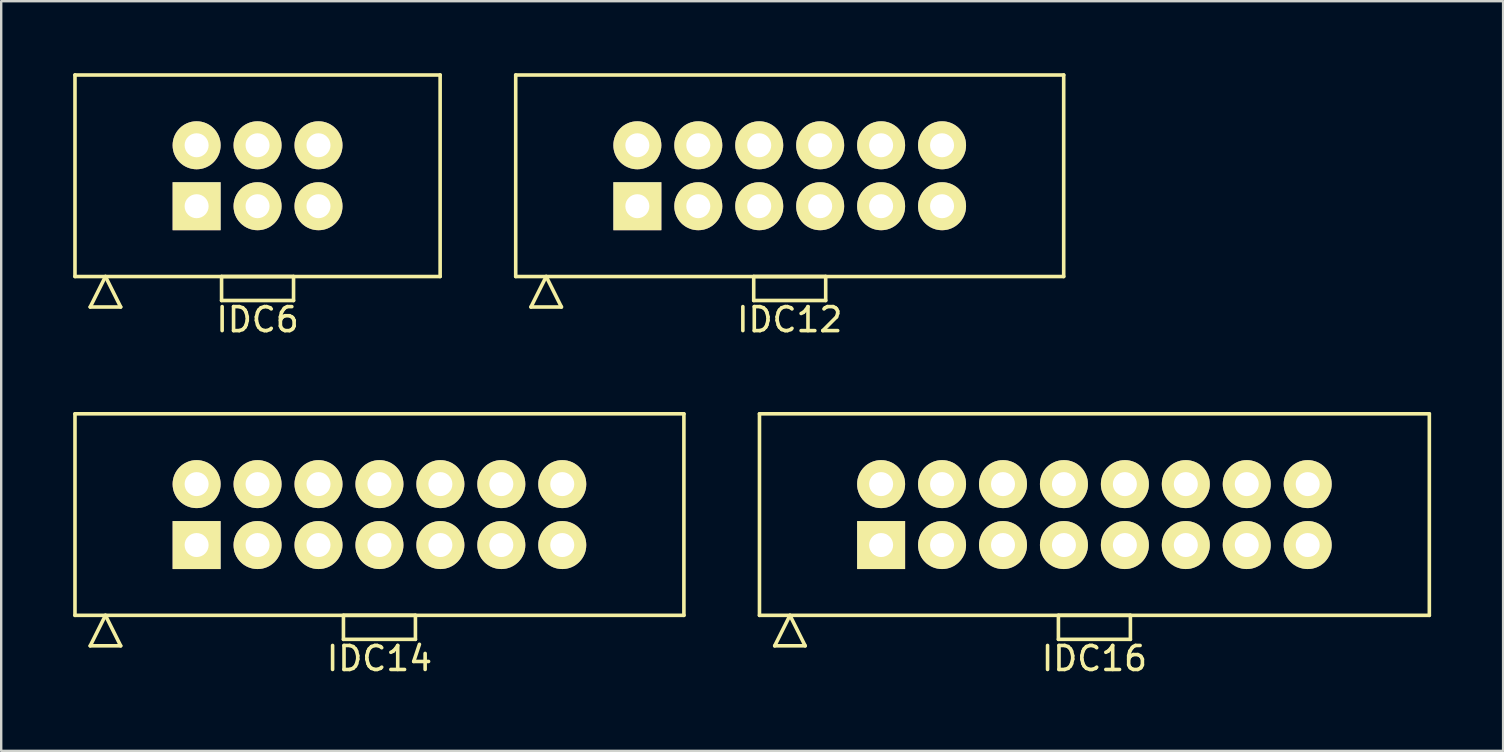
<source format=kicad_pcb>
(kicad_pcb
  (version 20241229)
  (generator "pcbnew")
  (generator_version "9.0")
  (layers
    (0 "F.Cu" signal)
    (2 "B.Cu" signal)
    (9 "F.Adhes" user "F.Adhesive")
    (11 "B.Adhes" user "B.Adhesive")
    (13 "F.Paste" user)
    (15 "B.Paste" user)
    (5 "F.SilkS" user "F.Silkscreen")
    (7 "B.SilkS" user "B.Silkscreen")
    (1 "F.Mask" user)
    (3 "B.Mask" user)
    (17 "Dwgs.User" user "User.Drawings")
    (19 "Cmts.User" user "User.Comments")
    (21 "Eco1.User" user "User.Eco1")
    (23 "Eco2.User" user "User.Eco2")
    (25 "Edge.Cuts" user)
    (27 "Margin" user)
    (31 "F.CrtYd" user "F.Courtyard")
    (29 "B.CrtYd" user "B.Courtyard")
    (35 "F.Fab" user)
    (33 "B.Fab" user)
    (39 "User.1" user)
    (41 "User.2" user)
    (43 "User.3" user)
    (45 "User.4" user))
  (footprint "IDC6"
    (layer "F.Cu")
    (at 7.685 4.275)
    (property "Reference" "IDC6" (at 0 6 0) (layer "F.SilkS") (effects (font (size 1 1) (thickness 0.15))))
    (attr through_hole)
    (fp_line (start -7.61 -4.2) (end -7.61 4.2) (stroke (width 0.15) (type solid)) (layer "F.SilkS"))
    (fp_line (start -7.61 4.2) (end 7.61 4.2) (stroke (width 0.15) (type solid)) (layer "F.SilkS"))
    (fp_line (start -6.975 5.47) (end -6.34 4.2) (stroke (width 0.15) (type solid)) (layer "F.SilkS"))
    (fp_line (start -6.975 5.47) (end -5.705 5.47) (stroke (width 0.15) (type solid)) (layer "F.SilkS"))
    (fp_line (start -5.705 5.47) (end -6.34 4.2) (stroke (width 0.15) (type solid)) (layer "F.SilkS"))
    (fp_line (start -1.5 4.2) (end -1.5 5.2) (stroke (width 0.15) (type solid)) (layer "F.SilkS"))
    (fp_line (start -1.5 5.2) (end 1.5 5.2) (stroke (width 0.15) (type solid)) (layer "F.SilkS"))
    (fp_line (start 1.5 4.2) (end -1.5 4.2) (stroke (width 0.15) (type solid)) (layer "F.SilkS"))
    (fp_line (start 1.5 5.2) (end 1.5 4.2) (stroke (width 0.15) (type solid)) (layer "F.SilkS"))
    (fp_line (start 7.61 -4.2) (end -7.61 -4.2) (stroke (width 0.15) (type solid)) (layer "F.SilkS"))
    (fp_line (start 7.61 4.2) (end 7.61 -4.2) (stroke (width 0.15) (type solid)) (layer "F.SilkS"))
    (pad "1" thru_hole rect (at -2.54 1.27) (size 2 2) (drill 1) (layers "*.Cu" "*.Mask" "F.SilkS"))
    (pad "2" thru_hole circle (at -2.54 -1.27) (size 2 2) (drill 1) (layers "*.Cu" "*.Mask" "F.SilkS"))
    (pad "3" thru_hole circle (at 0 1.27) (size 2 2) (drill 1) (layers "*.Cu" "*.Mask" "F.SilkS"))
    (pad "4" thru_hole circle (at 0 -1.27) (size 2 2) (drill 1) (layers "*.Cu" "*.Mask" "F.SilkS"))
    (pad "5" thru_hole circle (at 2.54 1.27) (size 2 2) (drill 1) (layers "*.Cu" "*.Mask" "F.SilkS"))
    (pad "6" thru_hole circle (at 2.54 -1.27) (size 2 2) (drill 1) (layers "*.Cu" "*.Mask" "F.SilkS")))
  (footprint "IDC16"
    (layer "F.Cu")
    (at 42.565 18.398)
    (property "Reference" "IDC16" (at 0 6 0) (layer "F.SilkS") (effects (font (size 1 1) (thickness 0.15))))
    (attr through_hole)
    (fp_line (start -13.96 -4.2) (end -13.96 4.2) (stroke (width 0.15) (type solid)) (layer "F.SilkS"))
    (fp_line (start -13.96 4.2) (end 13.96 4.2) (stroke (width 0.15) (type solid)) (layer "F.SilkS"))
    (fp_line (start -13.325 5.47) (end -12.69 4.2) (stroke (width 0.15) (type solid)) (layer "F.SilkS"))
    (fp_line (start -13.325 5.47) (end -12.055 5.47) (stroke (width 0.15) (type solid)) (layer "F.SilkS"))
    (fp_line (start -12.055 5.47) (end -12.69 4.2) (stroke (width 0.15) (type solid)) (layer "F.SilkS"))
    (fp_line (start -1.5 4.2) (end -1.5 5.2) (stroke (width 0.15) (type solid)) (layer "F.SilkS"))
    (fp_line (start -1.5 5.2) (end 1.5 5.2) (stroke (width 0.15) (type solid)) (layer "F.SilkS"))
    (fp_line (start 1.5 4.2) (end -1.5 4.2) (stroke (width 0.15) (type solid)) (layer "F.SilkS"))
    (fp_line (start 1.5 5.2) (end 1.5 4.2) (stroke (width 0.15) (type solid)) (layer "F.SilkS"))
    (fp_line (start 13.96 -4.2) (end -13.96 -4.2) (stroke (width 0.15) (type solid)) (layer "F.SilkS"))
    (fp_line (start 13.96 4.2) (end 13.96 -4.2) (stroke (width 0.15) (type solid)) (layer "F.SilkS"))
    (pad "1" thru_hole rect (at -8.89 1.27) (size 2 2) (drill 1) (layers "*.Cu" "*.Mask" "F.SilkS"))
    (pad "2" thru_hole circle (at -8.89 -1.27) (size 2 2) (drill 1) (layers "*.Cu" "*.Mask" "F.SilkS"))
    (pad "3" thru_hole circle (at -6.35 1.27) (size 2 2) (drill 1) (layers "*.Cu" "*.Mask" "F.SilkS"))
    (pad "4" thru_hole circle (at -6.35 -1.27) (size 2 2) (drill 1) (layers "*.Cu" "*.Mask" "F.SilkS"))
    (pad "5" thru_hole circle (at -3.81 1.27) (size 2 2) (drill 1) (layers "*.Cu" "*.Mask" "F.SilkS"))
    (pad "6" thru_hole circle (at -3.81 -1.27) (size 2 2) (drill 1) (layers "*.Cu" "*.Mask" "F.SilkS"))
    (pad "7" thru_hole circle (at -1.27 1.27) (size 2 2) (drill 1) (layers "*.Cu" "*.Mask" "F.SilkS"))
    (pad "8" thru_hole circle (at -1.27 -1.27) (size 2 2) (drill 1) (layers "*.Cu" "*.Mask" "F.SilkS"))
    (pad "9" thru_hole circle (at 1.27 1.27) (size 2 2) (drill 1) (layers "*.Cu" "*.Mask" "F.SilkS"))
    (pad "10" thru_hole circle (at 1.27 -1.27) (size 2 2) (drill 1) (layers "*.Cu" "*.Mask" "F.SilkS"))
    (pad "11" thru_hole circle (at 3.81 1.27) (size 2 2) (drill 1) (layers "*.Cu" "*.Mask" "F.SilkS"))
    (pad "12" thru_hole circle (at 3.81 -1.27) (size 2 2) (drill 1) (layers "*.Cu" "*.Mask" "F.SilkS"))
    (pad "13" thru_hole circle (at 6.35 1.27) (size 2 2) (drill 1) (layers "*.Cu" "*.Mask" "F.SilkS"))
    (pad "14" thru_hole circle (at 6.35 -1.27) (size 2 2) (drill 1) (layers "*.Cu" "*.Mask" "F.SilkS"))
    (pad "15" thru_hole circle (at 8.89 1.27) (size 2 2) (drill 1) (layers "*.Cu" "*.Mask" "F.SilkS"))
    (pad "16" thru_hole circle (at 8.89 -1.27) (size 2 2) (drill 1) (layers "*.Cu" "*.Mask" "F.SilkS")))
  (footprint "IDC12"
    (layer "F.Cu")
    (at 29.865 4.275)
    (property "Reference" "IDC12" (at 0 6 0) (layer "F.SilkS") (effects (font (size 1 1) (thickness 0.15))))
    (attr through_hole)
    (fp_line (start -11.42 -4.2) (end -11.42 4.2) (stroke (width 0.15) (type solid)) (layer "F.SilkS"))
    (fp_line (start -11.42 4.2) (end 11.42 4.2) (stroke (width 0.15) (type solid)) (layer "F.SilkS"))
    (fp_line (start -10.785 5.47) (end -10.15 4.2) (stroke (width 0.15) (type solid)) (layer "F.SilkS"))
    (fp_line (start -10.785 5.47) (end -9.515 5.47) (stroke (width 0.15) (type solid)) (layer "F.SilkS"))
    (fp_line (start -9.515 5.47) (end -10.15 4.2) (stroke (width 0.15) (type solid)) (layer "F.SilkS"))
    (fp_line (start -1.5 4.2) (end -1.5 5.2) (stroke (width 0.15) (type solid)) (layer "F.SilkS"))
    (fp_line (start -1.5 5.2) (end 1.5 5.2) (stroke (width 0.15) (type solid)) (layer "F.SilkS"))
    (fp_line (start 1.5 4.2) (end -1.5 4.2) (stroke (width 0.15) (type solid)) (layer "F.SilkS"))
    (fp_line (start 1.5 5.2) (end 1.5 4.2) (stroke (width 0.15) (type solid)) (layer "F.SilkS"))
    (fp_line (start 11.42 -4.2) (end -11.42 -4.2) (stroke (width 0.15) (type solid)) (layer "F.SilkS"))
    (fp_line (start 11.42 4.2) (end 11.42 -4.2) (stroke (width 0.15) (type solid)) (layer "F.SilkS"))
    (pad "1" thru_hole rect (at -6.35 1.27) (size 2 2) (drill 1) (layers "*.Cu" "*.Mask" "F.SilkS"))
    (pad "2" thru_hole circle (at -6.35 -1.27) (size 2 2) (drill 1) (layers "*.Cu" "*.Mask" "F.SilkS"))
    (pad "3" thru_hole circle (at -3.81 1.27) (size 2 2) (drill 1) (layers "*.Cu" "*.Mask" "F.SilkS"))
    (pad "4" thru_hole circle (at -3.81 -1.27) (size 2 2) (drill 1) (layers "*.Cu" "*.Mask" "F.SilkS"))
    (pad "5" thru_hole circle (at -1.27 1.27) (size 2 2) (drill 1) (layers "*.Cu" "*.Mask" "F.SilkS"))
    (pad "6" thru_hole circle (at -1.27 -1.27) (size 2 2) (drill 1) (layers "*.Cu" "*.Mask" "F.SilkS"))
    (pad "7" thru_hole circle (at 1.27 1.27) (size 2 2) (drill 1) (layers "*.Cu" "*.Mask" "F.SilkS"))
    (pad "8" thru_hole circle (at 1.27 -1.27) (size 2 2) (drill 1) (layers "*.Cu" "*.Mask" "F.SilkS"))
    (pad "9" thru_hole circle (at 3.81 1.27) (size 2 2) (drill 1) (layers "*.Cu" "*.Mask" "F.SilkS"))
    (pad "10" thru_hole circle (at 3.81 -1.27) (size 2 2) (drill 1) (layers "*.Cu" "*.Mask" "F.SilkS"))
    (pad "11" thru_hole circle (at 6.35 1.27) (size 2 2) (drill 1) (layers "*.Cu" "*.Mask" "F.SilkS"))
    (pad "12" thru_hole circle (at 6.35 -1.27) (size 2 2) (drill 1) (layers "*.Cu" "*.Mask" "F.SilkS")))
  (footprint "IDC14"
    (layer "F.Cu")
    (at 12.765 18.398)
    (property "Reference" "IDC14" (at 0 6 0) (layer "F.SilkS") (effects (font (size 1 1) (thickness 0.15))))
    (attr through_hole)
    (fp_line (start -12.69 -4.2) (end -12.69 4.2) (stroke (width 0.15) (type solid)) (layer "F.SilkS"))
    (fp_line (start -12.69 4.2) (end 12.69 4.2) (stroke (width 0.15) (type solid)) (layer "F.SilkS"))
    (fp_line (start -12.055 5.47) (end -11.42 4.2) (stroke (width 0.15) (type solid)) (layer "F.SilkS"))
    (fp_line (start -12.055 5.47) (end -10.785 5.47) (stroke (width 0.15) (type solid)) (layer "F.SilkS"))
    (fp_line (start -10.785 5.47) (end -11.42 4.2) (stroke (width 0.15) (type solid)) (layer "F.SilkS"))
    (fp_line (start -1.5 4.2) (end -1.5 5.2) (stroke (width 0.15) (type solid)) (layer "F.SilkS"))
    (fp_line (start -1.5 5.2) (end 1.5 5.2) (stroke (width 0.15) (type solid)) (layer "F.SilkS"))
    (fp_line (start 1.5 4.2) (end -1.5 4.2) (stroke (width 0.15) (type solid)) (layer "F.SilkS"))
    (fp_line (start 1.5 5.2) (end 1.5 4.2) (stroke (width 0.15) (type solid)) (layer "F.SilkS"))
    (fp_line (start 12.69 -4.2) (end -12.69 -4.2) (stroke (width 0.15) (type solid)) (layer "F.SilkS"))
    (fp_line (start 12.69 4.2) (end 12.69 -4.2) (stroke (width 0.15) (type solid)) (layer "F.SilkS"))
    (pad "1" thru_hole rect (at -7.62 1.27) (size 2 2) (drill 1) (layers "*.Cu" "*.Mask" "F.SilkS"))
    (pad "2" thru_hole circle (at -7.62 -1.27) (size 2 2) (drill 1) (layers "*.Cu" "*.Mask" "F.SilkS"))
    (pad "3" thru_hole circle (at -5.08 1.27) (size 2 2) (drill 1) (layers "*.Cu" "*.Mask" "F.SilkS"))
    (pad "4" thru_hole circle (at -5.08 -1.27) (size 2 2) (drill 1) (layers "*.Cu" "*.Mask" "F.SilkS"))
    (pad "5" thru_hole circle (at -2.54 1.27) (size 2 2) (drill 1) (layers "*.Cu" "*.Mask" "F.SilkS"))
    (pad "6" thru_hole circle (at -2.54 -1.27) (size 2 2) (drill 1) (layers "*.Cu" "*.Mask" "F.SilkS"))
    (pad "7" thru_hole circle (at 0 1.27) (size 2 2) (drill 1) (layers "*.Cu" "*.Mask" "F.SilkS"))
    (pad "8" thru_hole circle (at 0 -1.27) (size 2 2) (drill 1) (layers "*.Cu" "*.Mask" "F.SilkS"))
    (pad "9" thru_hole circle (at 2.54 1.27) (size 2 2) (drill 1) (layers "*.Cu" "*.Mask" "F.SilkS"))
    (pad "10" thru_hole circle (at 2.54 -1.27) (size 2 2) (drill 1) (layers "*.Cu" "*.Mask" "F.SilkS"))
    (pad "11" thru_hole circle (at 5.08 1.27) (size 2 2) (drill 1) (layers "*.Cu" "*.Mask" "F.SilkS"))
    (pad "12" thru_hole circle (at 5.08 -1.27) (size 2 2) (drill 1) (layers "*.Cu" "*.Mask" "F.SilkS"))
    (pad "13" thru_hole circle (at 7.62 1.27) (size 2 2) (drill 1) (layers "*.Cu" "*.Mask" "F.SilkS"))
    (pad "14" thru_hole circle (at 7.62 -1.27) (size 2 2) (drill 1) (layers "*.Cu" "*.Mask" "F.SilkS")))
  (gr_rect
    (start -3 -3)
    (end 59.6 28.247)
    (stroke (width 0.1) (type default))
    (fill no)
    (layer "Edge.Cuts")))
</source>
